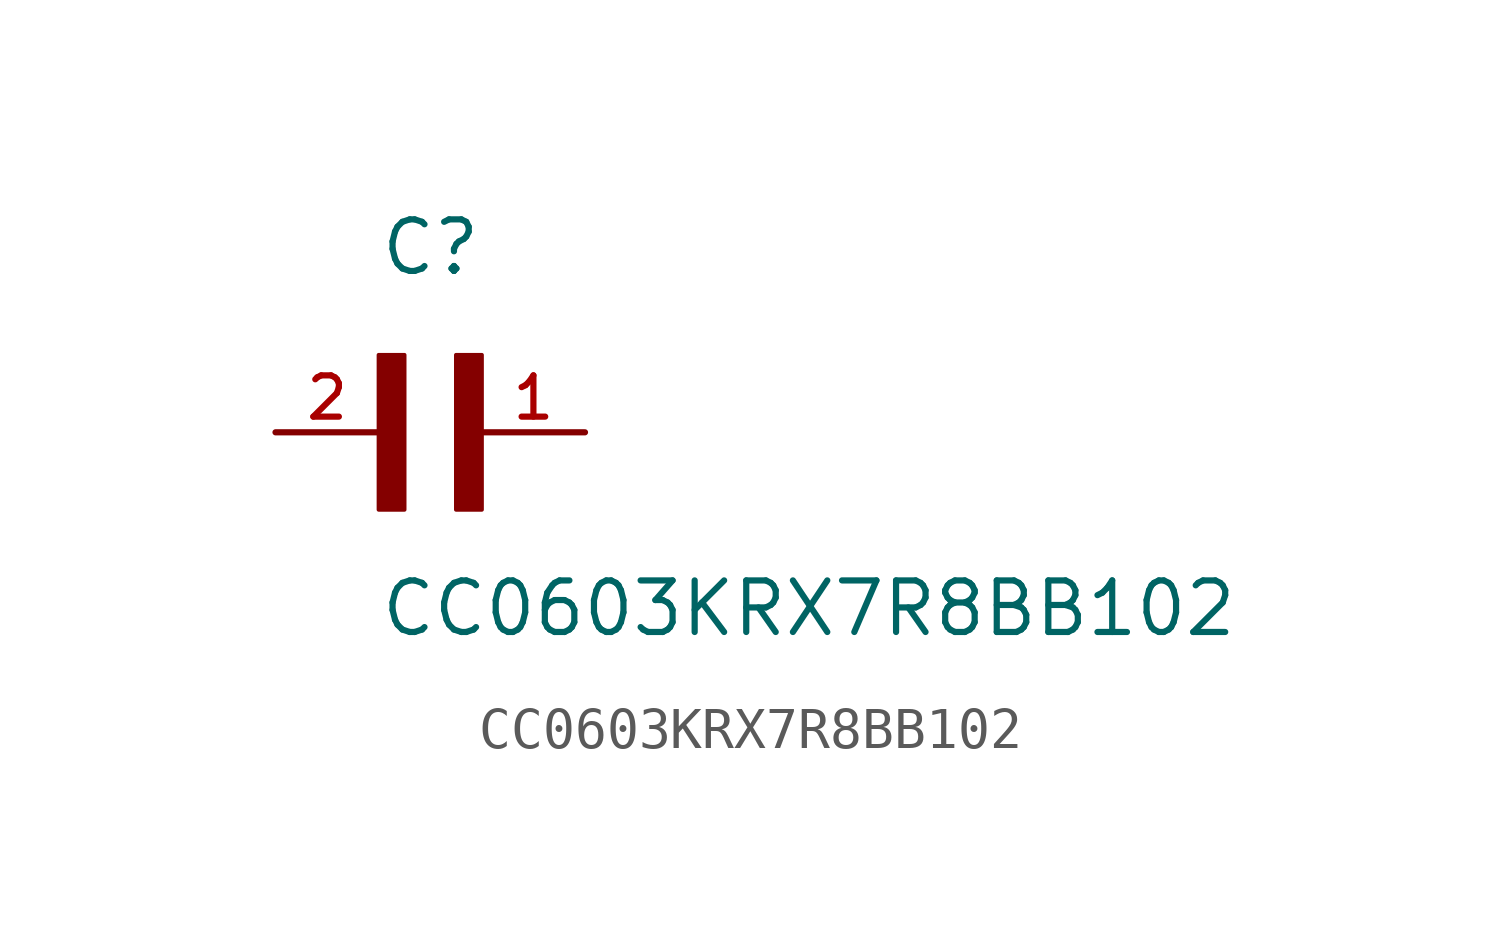
<source format=kicad_sym>
(kicad_symbol_lib
  (version 20211014)
  (generator kicad_symbol_editor)
  (symbol "CC0603KRX7R8BB102"
    (pin_names
      (offset 1.016))
    (property "Reference" "C"
      (at 0.0 3.81 0)
      (effects (font (size 1.27 1.27)) (justify bottom left)))
    (property "Value" "CC0603KRX7R8BB102"
      (at 0.0 -5.08 0)
      (effects (font (size 1.27 1.27)) (justify bottom left)))
    (symbol "CC0603KRX7R8BB102_0_0"
      (rectangle (start 0.0 -1.905) (end 0.635 1.905) (stroke (width 0.1)) (fill (type outline)))
      (rectangle (start 1.905 -1.905) (end 2.54 1.905) (stroke (width 0.1)) (fill (type outline)))
      (pin passive line (at 5.08 0.0 180.0) (length 2.54) (name "~" (effects (font (size 1.016 1.016)))) (number "1" (effects (font (size 1.016 1.016)))))
      (pin passive line (at -2.54 0.0 0) (length 2.54) (name "~" (effects (font (size 1.016 1.016)))) (number "2" (effects (font (size 1.016 1.016))))))))
</source>
